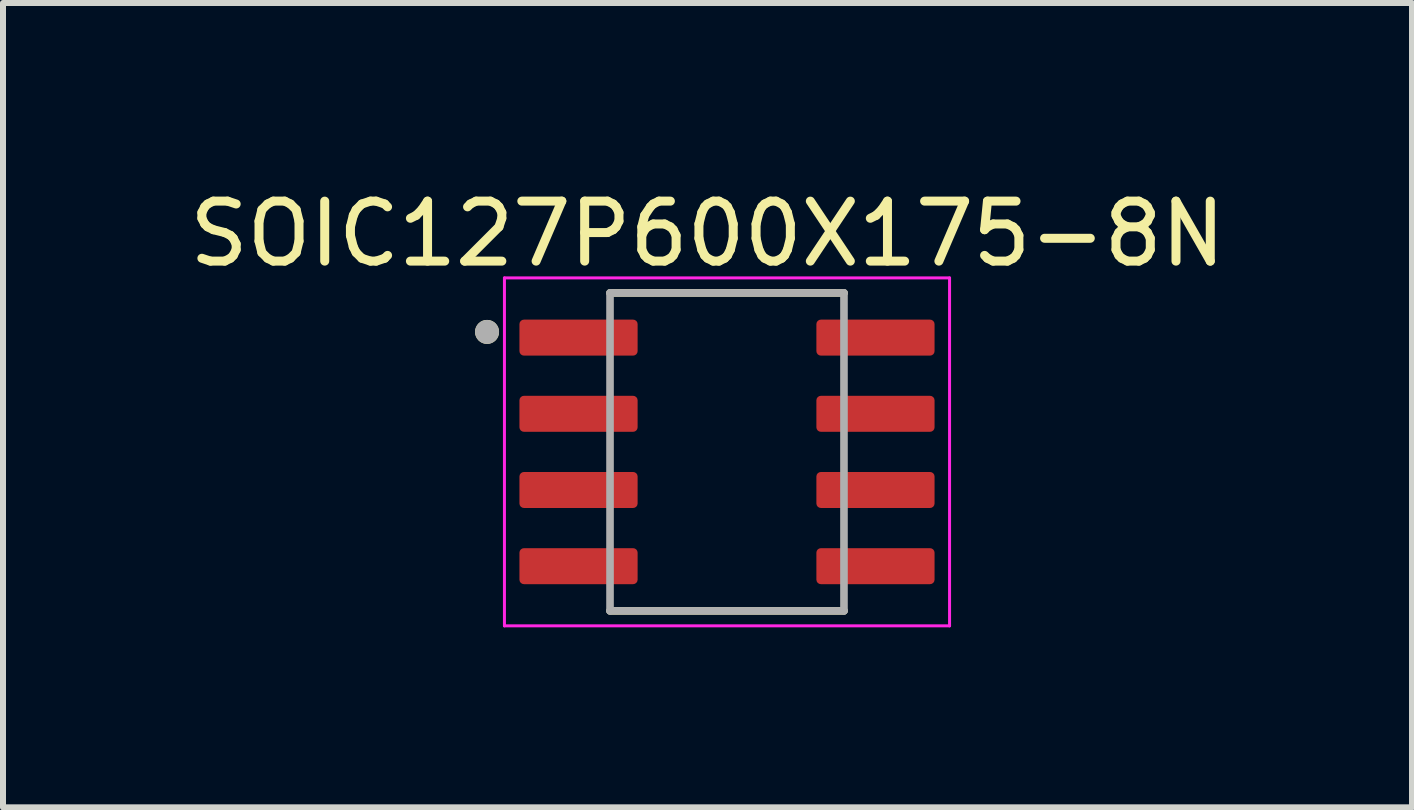
<source format=kicad_pcb>
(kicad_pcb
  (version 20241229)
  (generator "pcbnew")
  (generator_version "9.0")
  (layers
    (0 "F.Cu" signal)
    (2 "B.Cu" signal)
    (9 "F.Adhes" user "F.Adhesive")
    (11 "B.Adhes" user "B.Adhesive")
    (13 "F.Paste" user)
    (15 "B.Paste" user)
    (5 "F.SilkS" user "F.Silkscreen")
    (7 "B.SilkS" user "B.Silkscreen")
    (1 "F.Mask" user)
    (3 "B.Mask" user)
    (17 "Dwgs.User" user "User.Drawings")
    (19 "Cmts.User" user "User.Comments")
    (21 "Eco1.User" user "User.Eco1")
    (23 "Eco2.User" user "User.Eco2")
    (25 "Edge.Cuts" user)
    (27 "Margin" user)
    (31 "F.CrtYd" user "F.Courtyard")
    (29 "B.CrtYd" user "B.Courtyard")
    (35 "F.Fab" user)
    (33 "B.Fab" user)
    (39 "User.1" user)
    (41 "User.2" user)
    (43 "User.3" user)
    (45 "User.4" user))
  (footprint "SOIC127P600X175-8N"
    (layer "F.Cu")
    (at 9.069 4.483)
    (property "Reference" "SOIC127P600X175-8N" (at -0.325 -3.635 0) (layer "F.SilkS") (effects (font (size 1 1) (thickness 0.15))))
    (attr smd)
    (fp_line (start -1.95 -2.65) (end 1.95 -2.65) (stroke (width 0.127) (type solid)) (layer "F.SilkS"))
    (fp_line (start -1.95 2.65) (end 1.95 2.65) (stroke (width 0.127) (type solid)) (layer "F.SilkS"))
    (fp_circle (center -4 -2) (end -3.9 -2) (stroke (width 0.2) (type solid)) (fill no) (layer "F.SilkS"))
    (fp_line (start -3.71 -2.9) (end -3.71 2.9) (stroke (width 0.05) (type solid)) (layer "F.CrtYd"))
    (fp_line (start -3.71 -2.9) (end 3.71 -2.9) (stroke (width 0.05) (type solid)) (layer "F.CrtYd"))
    (fp_line (start -3.71 2.9) (end 3.71 2.9) (stroke (width 0.05) (type solid)) (layer "F.CrtYd"))
    (fp_line (start 3.71 -2.9) (end 3.71 2.9) (stroke (width 0.05) (type solid)) (layer "F.CrtYd"))
    (fp_line (start -1.95 -2.65) (end -1.95 2.65) (stroke (width 0.127) (type solid)) (layer "F.Fab"))
    (fp_line (start -1.95 -2.65) (end 1.95 -2.65) (stroke (width 0.127) (type solid)) (layer "F.Fab"))
    (fp_line (start -1.95 2.65) (end 1.95 2.65) (stroke (width 0.127) (type solid)) (layer "F.Fab"))
    (fp_line (start 1.95 -2.65) (end 1.95 2.65) (stroke (width 0.127) (type solid)) (layer "F.Fab"))
    (fp_circle (center -4 -2) (end -3.9 -2) (stroke (width 0.2) (type solid)) (fill no) (layer "F.Fab"))
    (pad "1" smd roundrect (at -2.475 -1.905) (size 1.97 0.6) (layers "F.Cu" "F.Mask" "F.Paste") (roundrect_rratio 0.125))
    (pad "2" smd roundrect (at -2.475 -0.635) (size 1.97 0.6) (layers "F.Cu" "F.Mask" "F.Paste") (roundrect_rratio 0.125))
    (pad "3" smd roundrect (at -2.475 0.635) (size 1.97 0.6) (layers "F.Cu" "F.Mask" "F.Paste") (roundrect_rratio 0.125))
    (pad "4" smd roundrect (at -2.475 1.905) (size 1.97 0.6) (layers "F.Cu" "F.Mask" "F.Paste") (roundrect_rratio 0.125))
    (pad "5" smd roundrect (at 2.475 1.905) (size 1.97 0.6) (layers "F.Cu" "F.Mask" "F.Paste") (roundrect_rratio 0.125))
    (pad "6" smd roundrect (at 2.475 0.635) (size 1.97 0.6) (layers "F.Cu" "F.Mask" "F.Paste") (roundrect_rratio 0.125))
    (pad "7" smd roundrect (at 2.475 -0.635) (size 1.97 0.6) (layers "F.Cu" "F.Mask" "F.Paste") (roundrect_rratio 0.125))
    (pad "8" smd roundrect (at 2.475 -1.905) (size 1.97 0.6) (layers "F.Cu" "F.Mask" "F.Paste") (roundrect_rratio 0.125)))
  (gr_rect
    (start -3 -3)
    (end 20.488 10.408)
    (stroke (width 0.1) (type default))
    (fill no)
    (layer "Edge.Cuts")))
</source>
